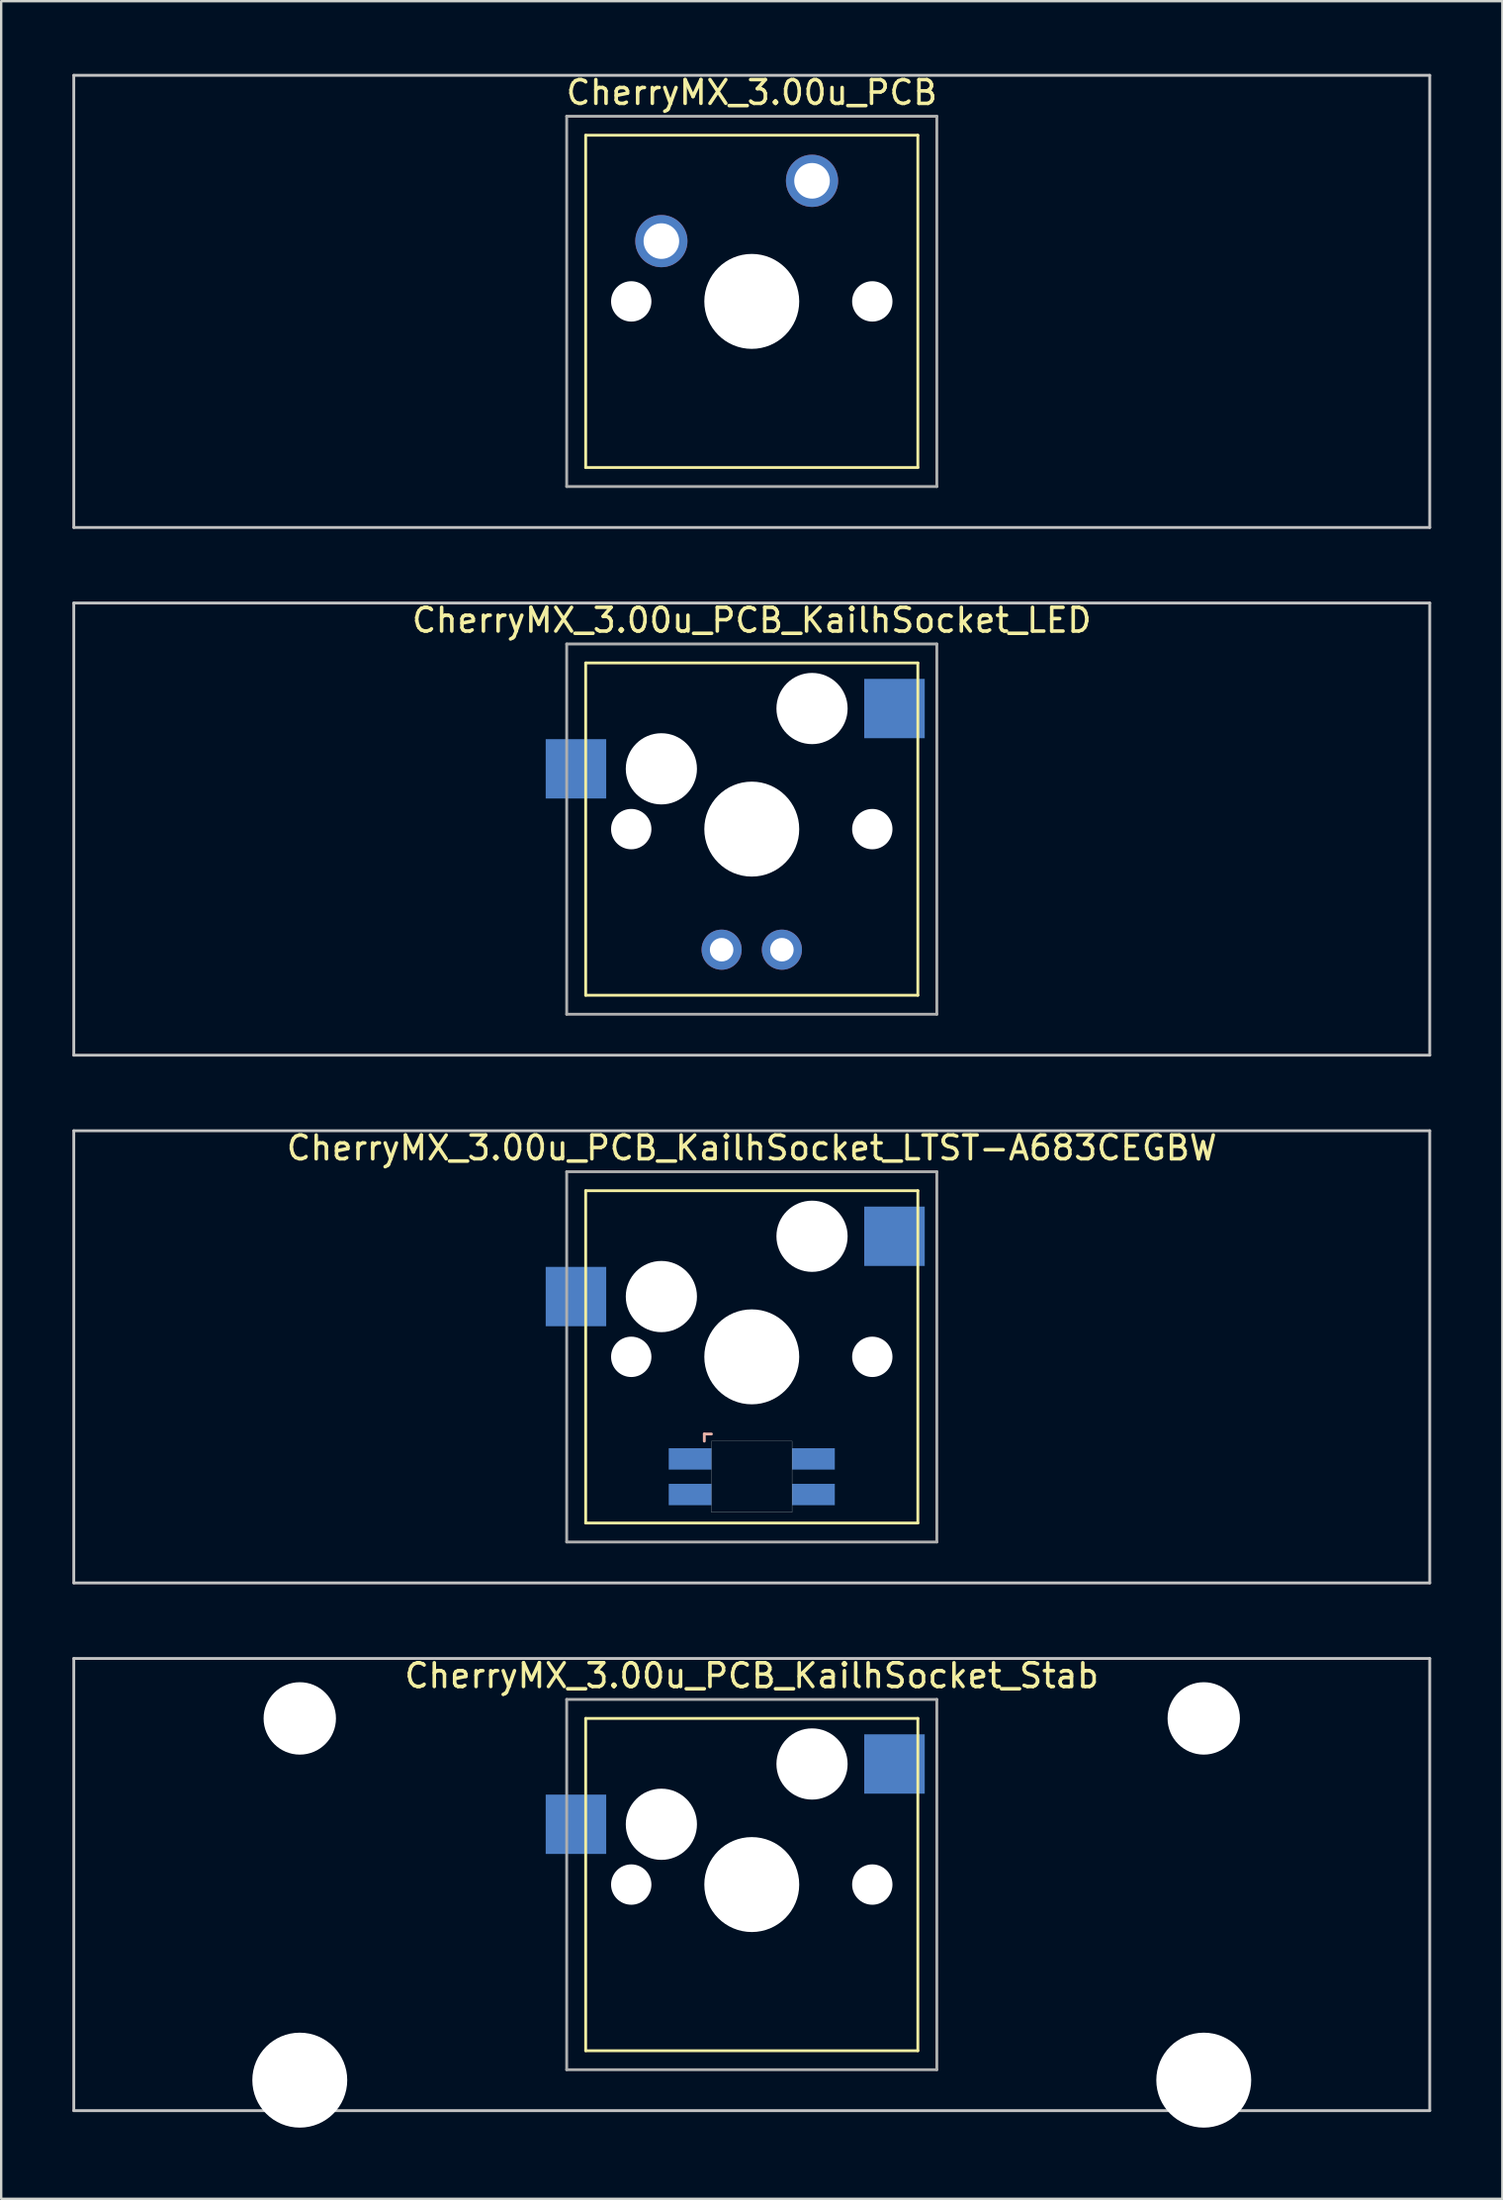
<source format=kicad_pcb>
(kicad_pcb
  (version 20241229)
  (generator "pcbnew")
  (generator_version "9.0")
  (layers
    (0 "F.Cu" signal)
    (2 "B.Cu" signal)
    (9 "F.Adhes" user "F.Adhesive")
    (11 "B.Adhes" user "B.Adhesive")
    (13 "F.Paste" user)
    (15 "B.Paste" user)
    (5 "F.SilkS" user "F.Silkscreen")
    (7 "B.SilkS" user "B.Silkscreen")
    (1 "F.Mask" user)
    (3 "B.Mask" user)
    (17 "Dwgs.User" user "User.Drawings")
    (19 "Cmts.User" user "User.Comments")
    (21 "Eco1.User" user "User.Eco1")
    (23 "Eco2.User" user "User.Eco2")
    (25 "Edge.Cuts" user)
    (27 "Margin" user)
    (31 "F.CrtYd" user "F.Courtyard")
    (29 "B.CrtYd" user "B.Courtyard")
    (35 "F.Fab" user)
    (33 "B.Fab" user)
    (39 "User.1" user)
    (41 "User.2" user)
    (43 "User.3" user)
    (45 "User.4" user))
  (footprint "CherryMX_3.00u_PCB_KailhSocket_Stab"
    (layer "F.Cu")
    (at 28.635 76.348)
    (property "Reference" "CherryMX_3.00u_PCB_KailhSocket_Stab" (at 0 -8.8 0) (layer "F.SilkS") (effects (font (size 1 1) (thickness 0.15))))
    (attr through_hole)
    (fp_line (start -7 -7) (end -7 7) (stroke (width 0.12) (type solid)) (layer "F.SilkS"))
    (fp_line (start -7 -7) (end 7 -7) (stroke (width 0.12) (type solid)) (layer "F.SilkS"))
    (fp_line (start 7 -7) (end 7 7) (stroke (width 0.12) (type solid)) (layer "F.SilkS"))
    (fp_line (start 7 7) (end -7 7) (stroke (width 0.12) (type solid)) (layer "F.SilkS"))
    (fp_line (start -28.575 -9.525) (end 28.575 -9.525) (stroke (width 0.12) (type solid)) (layer "Dwgs.User"))
    (fp_line (start -28.575 9.525) (end -28.575 -9.525) (stroke (width 0.12) (type solid)) (layer "Dwgs.User"))
    (fp_line (start 28.575 -9.525) (end 28.575 9.525) (stroke (width 0.12) (type solid)) (layer "Dwgs.User"))
    (fp_line (start 28.575 9.525) (end -28.575 9.525) (stroke (width 0.12) (type solid)) (layer "Dwgs.User"))
    (fp_line (start -7.8 -7.8) (end -7.8 7.8) (stroke (width 0.12) (type solid)) (layer "F.Fab"))
    (fp_line (start -7.8 -7.8) (end 7.8 -7.8) (stroke (width 0.12) (type solid)) (layer "F.Fab"))
    (fp_line (start -7.8 7.8) (end 7.8 7.8) (stroke (width 0.12) (type solid)) (layer "F.Fab"))
    (fp_line (start 7.8 -7.8) (end 7.8 7.8) (stroke (width 0.12) (type solid)) (layer "F.Fab"))
    (pad "" np_thru_hole circle (at -19.05 -7) (size 3.05 3.05) (drill 3.05) (layers "*.Cu" "*.Mask"))
    (pad "" np_thru_hole circle (at -19.05 8.24) (size 4 4) (drill 4) (layers "*.Cu" "*.Mask"))
    (pad "" np_thru_hole circle (at -5.08 0) (size 1.7 1.7) (drill 1.7) (layers "*.Cu" "*.Mask"))
    (pad "" np_thru_hole circle (at -3.81 -2.54) (size 3 3) (drill 3) (layers "*.Cu" "*.Mask"))
    (pad "" np_thru_hole circle (at 0 0) (size 4 4) (drill 4) (layers "*.Cu" "*.Mask"))
    (pad "" np_thru_hole circle (at 2.54 -5.08) (size 3 3) (drill 3) (layers "*.Cu" "*.Mask"))
    (pad "" np_thru_hole circle (at 5.08 0) (size 1.7 1.7) (drill 1.7) (layers "*.Cu" "*.Mask"))
    (pad "" np_thru_hole circle (at 19.05 -7) (size 3.05 3.05) (drill 3.05) (layers "*.Cu" "*.Mask"))
    (pad "" np_thru_hole circle (at 19.05 8.24) (size 4 4) (drill 4) (layers "*.Cu" "*.Mask"))
    (pad "1" smd rect (at -7.41 -2.54) (size 2.55 2.5) (layers "B.Cu" "B.Mask" "B.Paste"))
    (pad "2" smd rect (at 6.015 -5.08) (size 2.55 2.5) (layers "B.Cu" "B.Mask" "B.Paste")))
  (footprint "CherryMX_3.00u_PCB_KailhSocket_LED"
    (layer "F.Cu")
    (at 28.635 31.881)
    (property "Reference" "CherryMX_3.00u_PCB_KailhSocket_LED" (at 0 -8.8 0) (layer "F.SilkS") (effects (font (size 1 1) (thickness 0.15))))
    (attr through_hole)
    (fp_line (start -7 -7) (end -7 7) (stroke (width 0.12) (type solid)) (layer "F.SilkS"))
    (fp_line (start -7 -7) (end 7 -7) (stroke (width 0.12) (type solid)) (layer "F.SilkS"))
    (fp_line (start 7 -7) (end 7 7) (stroke (width 0.12) (type solid)) (layer "F.SilkS"))
    (fp_line (start 7 7) (end -7 7) (stroke (width 0.12) (type solid)) (layer "F.SilkS"))
    (fp_line (start -28.575 -9.525) (end 28.575 -9.525) (stroke (width 0.12) (type solid)) (layer "Dwgs.User"))
    (fp_line (start -28.575 9.525) (end -28.575 -9.525) (stroke (width 0.12) (type solid)) (layer "Dwgs.User"))
    (fp_line (start 28.575 -9.525) (end 28.575 9.525) (stroke (width 0.12) (type solid)) (layer "Dwgs.User"))
    (fp_line (start 28.575 9.525) (end -28.575 9.525) (stroke (width 0.12) (type solid)) (layer "Dwgs.User"))
    (fp_line (start -7.8 -7.8) (end -7.8 7.8) (stroke (width 0.12) (type solid)) (layer "F.Fab"))
    (fp_line (start -7.8 -7.8) (end 7.8 -7.8) (stroke (width 0.12) (type solid)) (layer "F.Fab"))
    (fp_line (start -7.8 7.8) (end 7.8 7.8) (stroke (width 0.12) (type solid)) (layer "F.Fab"))
    (fp_line (start 7.8 -7.8) (end 7.8 7.8) (stroke (width 0.12) (type solid)) (layer "F.Fab"))
    (pad "" np_thru_hole circle (at -5.08 0) (size 1.7 1.7) (drill 1.7) (layers "*.Cu" "*.Mask"))
    (pad "" np_thru_hole circle (at -3.81 -2.54) (size 3 3) (drill 3) (layers "*.Cu" "*.Mask"))
    (pad "" np_thru_hole circle (at 0 0) (size 4 4) (drill 4) (layers "*.Cu" "*.Mask"))
    (pad "" np_thru_hole circle (at 2.54 -5.08) (size 3 3) (drill 3) (layers "*.Cu" "*.Mask"))
    (pad "" np_thru_hole circle (at 5.08 0) (size 1.7 1.7) (drill 1.7) (layers "*.Cu" "*.Mask"))
    (pad "1" smd rect (at -7.41 -2.54) (size 2.55 2.5) (layers "B.Cu" "B.Mask" "B.Paste"))
    (pad "2" smd rect (at 6.015 -5.08) (size 2.55 2.5) (layers "B.Cu" "B.Mask" "B.Paste"))
    (pad "3" thru_hole circle (at -1.27 5.08) (size 1.691 1.691) (drill 0.991) (layers "*.Cu" "*.Mask"))
    (pad "4" thru_hole circle (at 1.27 5.08) (size 1.691 1.691) (drill 0.991) (layers "*.Cu" "*.Mask")))
  (footprint "CherryMX_3.00u_PCB"
    (layer "F.Cu")
    (at 28.635 9.648)
    (property "Reference" "CherryMX_3.00u_PCB" (at 0 -8.8 0) (layer "F.SilkS") (effects (font (size 1 1) (thickness 0.15))))
    (attr through_hole)
    (fp_line (start -7 -7) (end -7 7) (stroke (width 0.12) (type solid)) (layer "F.SilkS"))
    (fp_line (start -7 -7) (end 7 -7) (stroke (width 0.12) (type solid)) (layer "F.SilkS"))
    (fp_line (start 7 -7) (end 7 7) (stroke (width 0.12) (type solid)) (layer "F.SilkS"))
    (fp_line (start 7 7) (end -7 7) (stroke (width 0.12) (type solid)) (layer "F.SilkS"))
    (fp_line (start -28.575 -9.525) (end 28.575 -9.525) (stroke (width 0.12) (type solid)) (layer "Dwgs.User"))
    (fp_line (start -28.575 9.525) (end -28.575 -9.525) (stroke (width 0.12) (type solid)) (layer "Dwgs.User"))
    (fp_line (start 28.575 -9.525) (end 28.575 9.525) (stroke (width 0.12) (type solid)) (layer "Dwgs.User"))
    (fp_line (start 28.575 9.525) (end -28.575 9.525) (stroke (width 0.12) (type solid)) (layer "Dwgs.User"))
    (fp_line (start -7.8 -7.8) (end -7.8 7.8) (stroke (width 0.12) (type solid)) (layer "F.Fab"))
    (fp_line (start -7.8 -7.8) (end 7.8 -7.8) (stroke (width 0.12) (type solid)) (layer "F.Fab"))
    (fp_line (start -7.8 7.8) (end 7.8 7.8) (stroke (width 0.12) (type solid)) (layer "F.Fab"))
    (fp_line (start 7.8 -7.8) (end 7.8 7.8) (stroke (width 0.12) (type solid)) (layer "F.Fab"))
    (pad "" np_thru_hole circle (at -5.08 0) (size 1.7 1.7) (drill 1.7) (layers "*.Cu" "*.Mask"))
    (pad "" np_thru_hole circle (at 0 0) (size 4 4) (drill 4) (layers "*.Cu" "*.Mask"))
    (pad "" np_thru_hole circle (at 5.08 0) (size 1.7 1.7) (drill 1.7) (layers "*.Cu" "*.Mask"))
    (pad "1" thru_hole circle (at -3.81 -2.54) (size 2.2 2.2) (drill 1.5) (layers "*.Cu" "*.Mask"))
    (pad "2" thru_hole circle (at 2.54 -5.08) (size 2.2 2.2) (drill 1.5) (layers "*.Cu" "*.Mask")))
  (footprint "CherryMX_3.00u_PCB_KailhSocket_LTST-A683CEGBW"
    (layer "F.Cu")
    (at 28.635 54.115)
    (property "Reference" "CherryMX_3.00u_PCB_KailhSocket_LTST-A683CEGBW" (at 0 -8.8 0) (layer "F.SilkS") (effects (font (size 1 1) (thickness 0.15))))
    (attr through_hole)
    (fp_line (start -7 -7) (end -7 7) (stroke (width 0.12) (type solid)) (layer "F.SilkS"))
    (fp_line (start -7 -7) (end 7 -7) (stroke (width 0.12) (type solid)) (layer "F.SilkS"))
    (fp_line (start 7 -7) (end 7 7) (stroke (width 0.12) (type solid)) (layer "F.SilkS"))
    (fp_line (start 7 7) (end -7 7) (stroke (width 0.12) (type solid)) (layer "F.SilkS"))
    (fp_line (start -2 3.25) (end -2 3.55) (stroke (width 0.12) (type solid)) (layer "B.SilkS"))
    (fp_line (start -1.7 3.25) (end -2 3.25) (stroke (width 0.12) (type solid)) (layer "B.SilkS"))
    (fp_line (start -28.575 -9.525) (end 28.575 -9.525) (stroke (width 0.12) (type solid)) (layer "Dwgs.User"))
    (fp_line (start -28.575 9.525) (end -28.575 -9.525) (stroke (width 0.12) (type solid)) (layer "Dwgs.User"))
    (fp_line (start 28.575 -9.525) (end 28.575 9.525) (stroke (width 0.12) (type solid)) (layer "Dwgs.User"))
    (fp_line (start 28.575 9.525) (end -28.575 9.525) (stroke (width 0.12) (type solid)) (layer "Dwgs.User"))
    (fp_poly (pts (xy 1.7 6.55) (xy -1.7 6.55) (xy -1.7 3.55) (xy 1.7 3.55)) (stroke (width 0.01) (type solid)) (fill no) (layer "Edge.Cuts"))
    (fp_line (start -7.8 -7.8) (end -7.8 7.8) (stroke (width 0.12) (type solid)) (layer "F.Fab"))
    (fp_line (start -7.8 -7.8) (end 7.8 -7.8) (stroke (width 0.12) (type solid)) (layer "F.Fab"))
    (fp_line (start -7.8 7.8) (end 7.8 7.8) (stroke (width 0.12) (type solid)) (layer "F.Fab"))
    (fp_line (start 7.8 -7.8) (end 7.8 7.8) (stroke (width 0.12) (type solid)) (layer "F.Fab"))
    (pad "" np_thru_hole circle (at -5.08 0) (size 1.7 1.7) (drill 1.7) (layers "*.Cu" "*.Mask"))
    (pad "" np_thru_hole circle (at -3.81 -2.54) (size 3 3) (drill 3) (layers "*.Cu" "*.Mask"))
    (pad "" np_thru_hole circle (at 0 0) (size 4 4) (drill 4) (layers "*.Cu" "*.Mask"))
    (pad "" np_thru_hole circle (at 2.54 -5.08) (size 3 3) (drill 3) (layers "*.Cu" "*.Mask"))
    (pad "" np_thru_hole circle (at 5.08 0) (size 1.7 1.7) (drill 1.7) (layers "*.Cu" "*.Mask"))
    (pad "1" smd rect (at -7.41 -2.54) (size 2.55 2.5) (layers "B.Cu" "B.Mask" "B.Paste"))
    (pad "2" smd rect (at 6.015 -5.08) (size 2.55 2.5) (layers "B.Cu" "B.Mask" "B.Paste"))
    (pad "3" smd rect (at -2.6 4.3) (size 1.8 0.9) (layers "B.Cu" "B.Mask" "B.Paste"))
    (pad "4" smd rect (at -2.6 5.8) (size 1.8 0.9) (layers "B.Cu" "B.Mask" "B.Paste"))
    (pad "5" smd rect (at 2.6 4.3) (size 1.8 0.9) (layers "B.Cu" "B.Mask" "B.Paste"))
    (pad "6" smd rect (at 2.6 5.8) (size 1.8 0.9) (layers "B.Cu" "B.Mask" "B.Paste")))
  (gr_rect
    (start -3 -3)
    (end 60.27 89.588)
    (stroke (width 0.1) (type default))
    (fill no)
    (layer "Edge.Cuts")))
</source>
